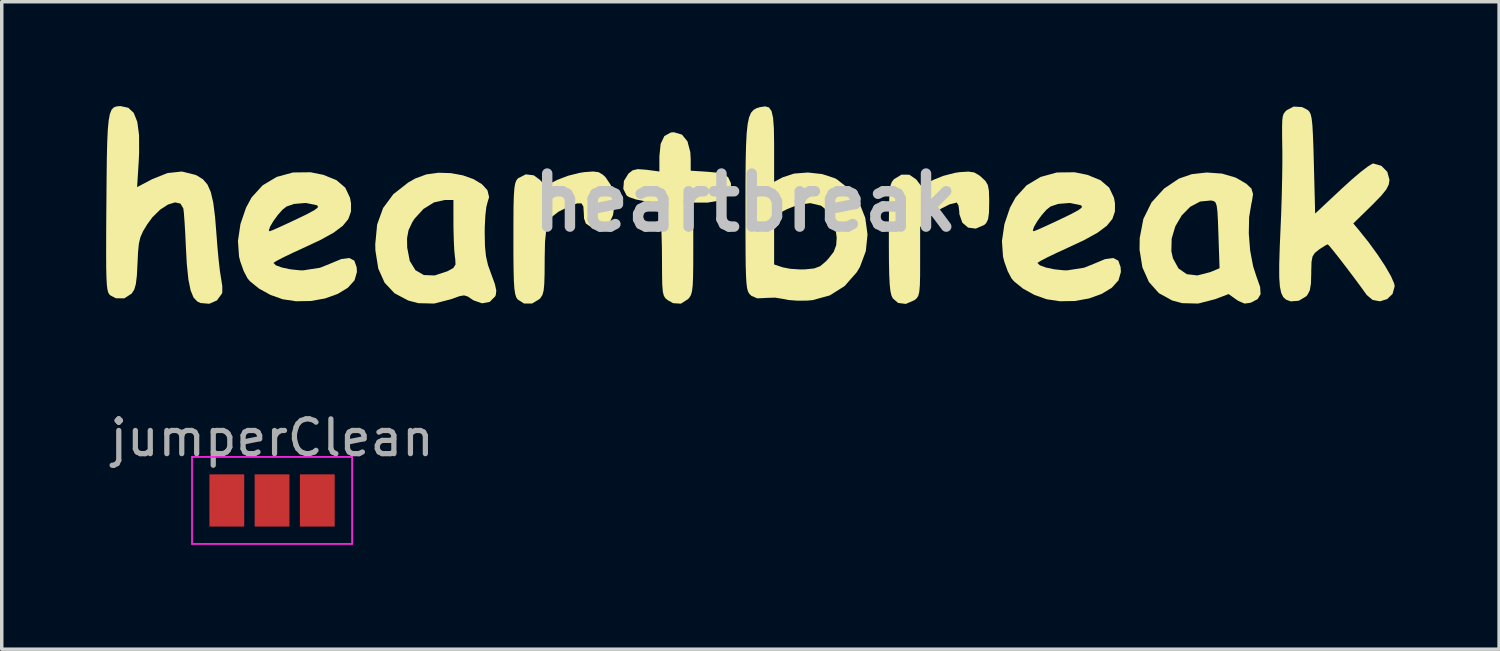
<source format=kicad_pcb>
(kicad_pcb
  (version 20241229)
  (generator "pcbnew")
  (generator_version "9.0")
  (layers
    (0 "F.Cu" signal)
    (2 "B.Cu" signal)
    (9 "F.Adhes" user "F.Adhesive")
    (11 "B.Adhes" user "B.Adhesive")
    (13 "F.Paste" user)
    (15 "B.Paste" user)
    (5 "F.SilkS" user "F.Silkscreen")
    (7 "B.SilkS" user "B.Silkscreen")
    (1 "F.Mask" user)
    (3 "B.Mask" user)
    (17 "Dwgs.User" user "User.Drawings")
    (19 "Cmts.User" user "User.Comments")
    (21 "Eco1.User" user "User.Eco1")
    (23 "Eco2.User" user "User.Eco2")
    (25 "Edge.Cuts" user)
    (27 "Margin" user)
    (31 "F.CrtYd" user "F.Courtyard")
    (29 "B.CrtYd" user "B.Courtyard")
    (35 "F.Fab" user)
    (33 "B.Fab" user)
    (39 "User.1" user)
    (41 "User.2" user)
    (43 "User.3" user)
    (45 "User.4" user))
  (footprint "jumperClean"
    (layer "F.Cu")
    (at 4.768 11.331)
    (property "Reference" "jumperClean" (at 0 -1.8 0) (layer "F.Fab") (effects (font (size 1 1) (thickness 0.15))))
    (attr exclude_from_pos_files exclude_from_bom)
    (fp_line (start -2.3 -1.25) (end -2.3 1.25) (stroke (width 0.05) (type solid)) (layer "F.CrtYd"))
    (fp_line (start -2.3 -1.25) (end 2.3 -1.25) (stroke (width 0.05) (type solid)) (layer "F.CrtYd"))
    (fp_line (start 2.3 1.25) (end -2.3 1.25) (stroke (width 0.05) (type solid)) (layer "F.CrtYd"))
    (fp_line (start 2.3 1.25) (end 2.3 -1.25) (stroke (width 0.05) (type solid)) (layer "F.CrtYd"))
    (pad "1" smd rect (at -1.3 0) (size 1 1.5) (layers "F.Cu" "F.Mask"))
    (pad "2" smd rect (at 0 0) (size 1 1.5) (layers "F.Cu" "F.Mask"))
    (pad "3" smd rect (at 1.3 0) (size 1 1.5) (layers "F.Cu" "F.Mask")))
  (footprint "heartbreak"
    (layer "F.Cu")
    (at 18.371 2.772)
    (property "Reference" "heartbreak" (at 0 0 0) (layer "Dwgs.User") (effects (font (size 1.524 1.524) (thickness 0.3))))
    (attr board_only exclude_from_pos_files exclude_from_bom)
    (fp_poly (pts (xy -1.825 -1.954) (xy -1.666 -1.76) (xy -1.584 -1.449) (xy -1.573 -1.25) (xy -1.573 -0.917) (xy -1.087 -0.886) (xy -0.788 -0.858) (xy -0.602 -0.81) (xy -0.494 -0.723) (xy -0.427 -0.579) (xy -0.416 -0.544) (xy -0.423 -0.343) (xy -0.554 -0.172) (xy -0.783 -0.051) (xy -1.086 -0.000491) (xy -1.12 0) (xy -1.499 0) (xy -1.499 1.311) (xy -1.5 1.788) (xy -1.505 2.137) (xy -1.516 2.384) (xy -1.536 2.549) (xy -1.567 2.658) (xy -1.612 2.732) (xy -1.648 2.772) (xy -1.855 2.904) (xy -2.077 2.89) (xy -2.231 2.805) (xy -2.299 2.75) (xy -2.345 2.677) (xy -2.374 2.559) (xy -2.39 2.37) (xy -2.396 2.084) (xy -2.398 1.692) (xy -2.401 1.285) (xy -2.411 0.9) (xy -2.426 0.579) (xy -2.443 0.362) (xy -2.445 0.352) (xy -2.492 0.008) (xy -2.898 -0.042) (xy -3.147 -0.09) (xy -3.343 -0.158) (xy -3.413 -0.202) (xy -3.51 -0.394) (xy -3.492 -0.623) (xy -3.363 -0.833) (xy -3.241 -0.928) (xy -3.095 -0.962) (xy -2.869 -0.946) (xy -2.839 -0.943) (xy -2.473 -0.894) (xy -2.473 -1.334) (xy -2.437 -1.687) (xy -2.33 -1.912) (xy -2.147 -2.014) (xy -2.055 -2.022)) (stroke (width 0) (type solid)) (fill yes) (layer "F.SilkS"))
    (fp_poly (pts (xy -4.217 -0.873) (xy -4.095 -0.8) (xy -4.021 -0.731) (xy -3.87 -0.505) (xy -3.785 -0.223) (xy -3.765 0.078) (xy -3.806 0.36) (xy -3.908 0.584) (xy -4.068 0.713) (xy -4.095 0.721) (xy -4.31 0.727) (xy -4.464 0.685) (xy -4.586 0.6) (xy -4.638 0.457) (xy -4.645 0.301) (xy -4.658 0.111) (xy -4.714 0.021) (xy -4.841 0.024) (xy -5.065 0.109) (xy -5.138 0.142) (xy -5.376 0.264) (xy -5.546 0.397) (xy -5.659 0.568) (xy -5.727 0.804) (xy -5.76 1.132) (xy -5.769 1.578) (xy -5.769 1.658) (xy -5.772 2.062) (xy -5.781 2.343) (xy -5.8 2.531) (xy -5.834 2.653) (xy -5.887 2.737) (xy -5.919 2.772) (xy -6.132 2.9) (xy -6.359 2.901) (xy -6.544 2.785) (xy -6.586 2.722) (xy -6.617 2.624) (xy -6.64 2.471) (xy -6.655 2.244) (xy -6.663 1.923) (xy -6.668 1.488) (xy -6.668 1.036) (xy -6.667 0.5) (xy -6.664 0.094) (xy -6.655 -0.202) (xy -6.64 -0.409) (xy -6.618 -0.545) (xy -6.586 -0.632) (xy -6.544 -0.689) (xy -6.531 -0.7) (xy -6.312 -0.812) (xy -6.082 -0.784) (xy -5.905 -0.653) (xy -5.752 -0.481) (xy -5.397 -0.657) (xy -5.102 -0.77) (xy -4.765 -0.855) (xy -4.625 -0.876) (xy -4.375 -0.894)) (stroke (width 0) (type solid)) (fill yes) (layer "F.SilkS"))
    (fp_poly (pts (xy 6.573 -0.867) (xy 6.713 -0.786) (xy 6.784 -0.728) (xy 6.9 -0.617) (xy 6.966 -0.503) (xy 6.996 -0.342) (xy 7.005 -0.087) (xy 7.005 -0.001) (xy 6.998 0.295) (xy 6.972 0.479) (xy 6.917 0.59) (xy 6.86 0.643) (xy 6.619 0.747) (xy 6.399 0.719) (xy 6.232 0.576) (xy 6.148 0.334) (xy 6.144 0.257) (xy 6.124 0.086) (xy 6.076 0.002) (xy 6.067 0) (xy 5.866 0.05) (xy 5.615 0.178) (xy 5.368 0.356) (xy 5.264 0.453) (xy 5.02 0.703) (xy 5.02 1.696) (xy 5.019 2.1) (xy 5.012 2.381) (xy 4.995 2.566) (xy 4.966 2.681) (xy 4.918 2.753) (xy 4.854 2.805) (xy 4.609 2.911) (xy 4.388 2.884) (xy 4.238 2.756) (xy 4.197 2.675) (xy 4.167 2.549) (xy 4.146 2.36) (xy 4.132 2.086) (xy 4.124 1.709) (xy 4.121 1.208) (xy 4.121 1.032) (xy 4.122 0.509) (xy 4.126 0.114) (xy 4.134 -0.172) (xy 4.149 -0.372) (xy 4.172 -0.505) (xy 4.206 -0.592) (xy 4.252 -0.655) (xy 4.271 -0.674) (xy 4.486 -0.804) (xy 4.711 -0.801) (xy 4.906 -0.667) (xy 4.92 -0.649) (xy 5.053 -0.474) (xy 5.398 -0.653) (xy 5.688 -0.769) (xy 6.02 -0.855) (xy 6.154 -0.875) (xy 6.407 -0.891)) (stroke (width 0) (type solid)) (fill yes) (layer "F.SilkS"))
    (fp_poly (pts (xy 13.692 -0.834) (xy 14.072 -0.724) (xy 14.129 -0.696) (xy 14.394 -0.541) (xy 14.54 -0.402) (xy 14.586 -0.243) (xy 14.553 -0.028) (xy 14.538 0.031) (xy 14.474 0.419) (xy 14.464 0.887) (xy 14.503 1.377) (xy 14.589 1.831) (xy 14.683 2.121) (xy 14.79 2.424) (xy 14.803 2.633) (xy 14.717 2.774) (xy 14.526 2.874) (xy 14.518 2.877) (xy 14.345 2.902) (xy 14.167 2.827) (xy 14.106 2.787) (xy 13.884 2.628) (xy 13.497 2.775) (xy 13.01 2.901) (xy 12.552 2.89) (xy 12.261 2.812) (xy 11.88 2.602) (xy 11.594 2.281) (xy 11.407 1.862) (xy 11.332 1.398) (xy 12.239 1.398) (xy 12.285 1.602) (xy 12.443 1.891) (xy 12.68 2.056) (xy 12.987 2.093) (xy 13.355 1.998) (xy 13.371 1.992) (xy 13.624 1.886) (xy 13.592 0.924) (xy 13.578 0.53) (xy 13.563 0.261) (xy 13.542 0.092) (xy 13.51 -0.001) (xy 13.461 -0.043) (xy 13.39 -0.059) (xy 13.376 -0.061) (xy 13.066 -0.031) (xy 12.78 0.121) (xy 12.537 0.368) (xy 12.353 0.681) (xy 12.248 1.034) (xy 12.239 1.398) (xy 11.332 1.398) (xy 11.325 1.356) (xy 11.329 1.021) (xy 11.434 0.47) (xy 11.67 -0.007) (xy 12.032 -0.405) (xy 12.458 -0.69) (xy 12.825 -0.817) (xy 13.257 -0.865)) (stroke (width 0) (type solid)) (fill yes) (layer "F.SilkS"))
    (fp_poly (pts (xy -8.463 -0.847) (xy -8.12 -0.783) (xy -7.815 -0.675) (xy -7.572 -0.529) (xy -7.414 -0.355) (xy -7.366 -0.159) (xy -7.41 -0.014) (xy -7.446 0.126) (xy -7.474 0.374) (xy -7.49 0.687) (xy -7.493 0.863) (xy -7.485 1.248) (xy -7.456 1.54) (xy -7.398 1.795) (xy -7.301 2.064) (xy -7.199 2.345) (xy -7.159 2.53) (xy -7.175 2.659) (xy -7.191 2.694) (xy -7.35 2.854) (xy -7.569 2.894) (xy -7.811 2.81) (xy -7.853 2.783) (xy -7.982 2.697) (xy -8.087 2.666) (xy -8.221 2.69) (xy -8.437 2.768) (xy -8.456 2.775) (xy -8.944 2.901) (xy -9.403 2.89) (xy -9.691 2.813) (xy -10.083 2.606) (xy -10.369 2.302) (xy -10.551 1.895) (xy -10.633 1.38) (xy -10.638 1.195) (xy -10.621 1.023) (xy -9.724 1.023) (xy -9.72 1.291) (xy -9.646 1.676) (xy -9.483 1.942) (xy -9.241 2.082) (xy -8.929 2.093) (xy -8.564 1.973) (xy -8.394 1.879) (xy -8.331 1.779) (xy -8.34 1.613) (xy -8.346 1.58) (xy -8.366 1.382) (xy -8.381 1.088) (xy -8.39 0.748) (xy -8.391 0.618) (xy -8.392 -0.075) (xy -8.643 -0.075) (xy -8.95 -0.006) (xy -9.252 0.182) (xy -9.51 0.464) (xy -9.574 0.564) (xy -9.681 0.791) (xy -9.724 1.023) (xy -10.621 1.023) (xy -10.584 0.631) (xy -10.413 0.157) (xy -10.118 -0.242) (xy -9.691 -0.577) (xy -9.487 -0.693) (xy -9.171 -0.81) (xy -8.822 -0.858)) (stroke (width 0) (type solid)) (fill yes) (layer "F.SilkS"))
    (fp_poly (pts (xy -12.129 -0.798) (xy -11.75 -0.643) (xy -11.5 -0.429) (xy -11.363 -0.14) (xy -11.334 0.021) (xy -11.336 0.259) (xy -11.41 0.47) (xy -11.57 0.666) (xy -11.831 0.862) (xy -12.208 1.071) (xy -12.664 1.285) (xy -12.997 1.438) (xy -13.274 1.571) (xy -13.47 1.673) (xy -13.559 1.73) (xy -13.561 1.735) (xy -13.494 1.802) (xy -13.318 1.866) (xy -13.075 1.917) (xy -12.807 1.945) (xy -12.708 1.947) (xy -12.225 1.872) (xy -11.951 1.762) (xy -11.618 1.624) (xy -11.385 1.592) (xy -11.24 1.667) (xy -11.172 1.855) (xy -11.164 1.994) (xy -11.234 2.235) (xy -11.427 2.448) (xy -11.717 2.624) (xy -12.079 2.754) (xy -12.486 2.827) (xy -12.912 2.835) (xy -13.299 2.777) (xy -13.646 2.654) (xy -13.975 2.473) (xy -14.233 2.265) (xy -14.308 2.177) (xy -14.417 1.97) (xy -14.515 1.696) (xy -14.552 1.549) (xy -14.583 1.104) (xy -14.538 0.797) (xy -13.696 0.797) (xy -13.674 0.824) (xy -13.594 0.794) (xy -13.408 0.713) (xy -13.147 0.593) (xy -12.905 0.479) (xy -12.584 0.324) (xy -12.385 0.216) (xy -12.292 0.144) (xy -12.287 0.096) (xy -12.325 0.073) (xy -12.633 0.01) (xy -12.972 0.038) (xy -13.19 0.114) (xy -13.305 0.206) (xy -13.438 0.356) (xy -13.564 0.529) (xy -13.658 0.688) (xy -13.696 0.797) (xy -14.538 0.797) (xy -14.512 0.618) (xy -14.351 0.146) (xy -14.19 -0.15) (xy -13.874 -0.497) (xy -13.47 -0.738) (xy -13.003 -0.866) (xy -12.498 -0.872)) (stroke (width 0) (type solid)) (fill yes) (layer "F.SilkS"))
    (fp_poly (pts (xy 9.824 -0.798) (xy 10.203 -0.643) (xy 10.453 -0.429) (xy 10.59 -0.14) (xy 10.619 0.021) (xy 10.617 0.259) (xy 10.544 0.47) (xy 10.384 0.666) (xy 10.123 0.862) (xy 9.745 1.071) (xy 9.29 1.285) (xy 8.957 1.438) (xy 8.679 1.571) (xy 8.484 1.673) (xy 8.395 1.73) (xy 8.392 1.735) (xy 8.46 1.802) (xy 8.635 1.866) (xy 8.878 1.917) (xy 9.147 1.945) (xy 9.246 1.947) (xy 9.729 1.872) (xy 10.003 1.762) (xy 10.335 1.624) (xy 10.568 1.592) (xy 10.714 1.667) (xy 10.781 1.855) (xy 10.789 1.994) (xy 10.719 2.235) (xy 10.526 2.448) (xy 10.236 2.624) (xy 9.875 2.754) (xy 9.468 2.827) (xy 9.041 2.835) (xy 8.654 2.777) (xy 8.307 2.654) (xy 7.978 2.473) (xy 7.72 2.265) (xy 7.645 2.177) (xy 7.536 1.97) (xy 7.438 1.696) (xy 7.401 1.549) (xy 7.371 1.104) (xy 7.416 0.797) (xy 8.258 0.797) (xy 8.279 0.824) (xy 8.359 0.794) (xy 8.545 0.713) (xy 8.807 0.593) (xy 9.049 0.479) (xy 9.369 0.324) (xy 9.568 0.216) (xy 9.662 0.144) (xy 9.666 0.096) (xy 9.628 0.073) (xy 9.32 0.01) (xy 8.982 0.038) (xy 8.763 0.114) (xy 8.649 0.206) (xy 8.516 0.356) (xy 8.39 0.529) (xy 8.296 0.688) (xy 8.258 0.797) (xy 7.416 0.797) (xy 7.442 0.618) (xy 7.602 0.146) (xy 7.764 -0.15) (xy 8.079 -0.497) (xy 8.483 -0.738) (xy 8.95 -0.866) (xy 9.456 -0.872)) (stroke (width 0) (type solid)) (fill yes) (layer "F.SilkS"))
    (fp_poly (pts (xy 0.675 -2.735) (xy 0.749 -2.632) (xy 0.794 -2.439) (xy 0.817 -2.138) (xy 0.824 -1.709) (xy 0.824 -1.6) (xy 0.824 -0.596) (xy 1.068 -0.726) (xy 1.397 -0.834) (xy 1.795 -0.865) (xy 2.204 -0.82) (xy 2.565 -0.702) (xy 2.619 -0.674) (xy 2.992 -0.384) (xy 3.268 -0.004) (xy 3.443 0.439) (xy 3.508 0.915) (xy 3.459 1.395) (xy 3.289 1.851) (xy 3.199 2) (xy 2.85 2.398) (xy 2.426 2.666) (xy 1.932 2.802) (xy 1.784 2.816) (xy 1.492 2.819) (xy 1.228 2.798) (xy 1.086 2.769) (xy 0.856 2.731) (xy 0.598 2.738) (xy 0.576 2.741) (xy 0.339 2.751) (xy 0.174 2.68) (xy 0.145 2.656) (xy 0.105 2.612) (xy 0.073 2.553) (xy 0.048 2.461) (xy 0.03 2.32) (xy 0.017 2.114) (xy 0.008 1.828) (xy 0.007 1.777) (xy 0.824 1.777) (xy 1.068 1.859) (xy 1.287 1.902) (xy 1.571 1.921) (xy 1.717 1.918) (xy 1.974 1.892) (xy 2.148 1.827) (xy 2.308 1.692) (xy 2.373 1.624) (xy 2.535 1.418) (xy 2.608 1.223) (xy 2.622 1.009) (xy 2.568 0.593) (xy 2.415 0.284) (xy 2.175 0.089) (xy 1.861 0.015) (xy 1.486 0.07) (xy 1.196 0.189) (xy 0.824 0.377) (xy 0.824 1.777) (xy 0.007 1.777) (xy 0.003 1.444) (xy 0.001 0.947) (xy 0.00002 0.32) (xy 0 0.135) (xy 0.001 -0.585) (xy 0.006 -1.17) (xy 0.017 -1.634) (xy 0.035 -1.993) (xy 0.064 -2.26) (xy 0.105 -2.451) (xy 0.16 -2.581) (xy 0.232 -2.663) (xy 0.322 -2.714) (xy 0.414 -2.742) (xy 0.566 -2.765)) (stroke (width 0) (type solid)) (fill yes) (layer "F.SilkS"))
    (fp_poly (pts (xy 15.992 -2.746) (xy 16.151 -2.666) (xy 16.202 -2.618) (xy 16.241 -2.544) (xy 16.269 -2.422) (xy 16.291 -2.233) (xy 16.307 -1.954) (xy 16.322 -1.565) (xy 16.334 -1.122) (xy 16.371 0.315) (xy 17.138 -0.404) (xy 17.426 -0.665) (xy 17.684 -0.884) (xy 17.89 -1.041) (xy 18.019 -1.119) (xy 18.04 -1.124) (xy 18.274 -1.057) (xy 18.444 -0.884) (xy 18.507 -0.654) (xy 18.487 -0.521) (xy 18.416 -0.379) (xy 18.273 -0.202) (xy 18.039 0.04) (xy 17.987 0.091) (xy 17.467 0.599) (xy 17.64 0.805) (xy 17.916 1.151) (xy 18.171 1.503) (xy 18.388 1.833) (xy 18.551 2.117) (xy 18.642 2.327) (xy 18.657 2.401) (xy 18.595 2.624) (xy 18.44 2.773) (xy 18.234 2.836) (xy 18.022 2.797) (xy 17.855 2.657) (xy 17.677 2.411) (xy 17.472 2.134) (xy 17.26 1.854) (xy 17.06 1.594) (xy 16.891 1.381) (xy 16.775 1.241) (xy 16.731 1.199) (xy 16.652 1.238) (xy 16.504 1.334) (xy 16.477 1.354) (xy 16.361 1.447) (xy 16.296 1.548) (xy 16.267 1.702) (xy 16.259 1.952) (xy 16.259 2.028) (xy 16.25 2.329) (xy 16.217 2.522) (xy 16.15 2.652) (xy 16.109 2.697) (xy 15.901 2.82) (xy 15.668 2.838) (xy 15.533 2.788) (xy 15.453 2.714) (xy 15.396 2.596) (xy 15.358 2.415) (xy 15.339 2.154) (xy 15.338 1.792) (xy 15.352 1.313) (xy 15.37 0.896) (xy 15.393 0.365) (xy 15.411 -0.189) (xy 15.423 -0.72) (xy 15.429 -1.182) (xy 15.428 -1.461) (xy 15.422 -1.877) (xy 15.421 -2.168) (xy 15.426 -2.361) (xy 15.441 -2.482) (xy 15.468 -2.557) (xy 15.509 -2.611) (xy 15.553 -2.655) (xy 15.753 -2.759)) (stroke (width 0) (type solid)) (fill yes) (layer "F.SilkS"))
    (fp_poly (pts (xy -17.734 -2.725) (xy -17.578 -2.578) (xy -17.476 -2.32) (xy -17.425 -1.942) (xy -17.423 -1.435) (xy -17.435 -1.178) (xy -17.481 -0.446) (xy -17.05 -0.672) (xy -16.603 -0.851) (xy -16.196 -0.893) (xy -15.809 -0.798) (xy -15.755 -0.774) (xy -15.588 -0.669) (xy -15.459 -0.519) (xy -15.364 -0.304) (xy -15.293 -0.001) (xy -15.241 0.412) (xy -15.204 0.872) (xy -15.173 1.274) (xy -15.138 1.651) (xy -15.102 1.962) (xy -15.07 2.167) (xy -15.068 2.177) (xy -15.033 2.402) (xy -15.034 2.579) (xy -15.043 2.613) (xy -15.187 2.811) (xy -15.407 2.907) (xy -15.656 2.886) (xy -15.75 2.843) (xy -15.859 2.729) (xy -15.944 2.521) (xy -16.008 2.205) (xy -16.053 1.765) (xy -16.08 1.274) (xy -16.097 0.899) (xy -16.117 0.567) (xy -16.136 0.312) (xy -16.152 0.17) (xy -16.152 0.169) (xy -16.236 0.028) (xy -16.39 -0.006) (xy -16.592 0.055) (xy -16.816 0.2) (xy -17.04 0.42) (xy -17.191 0.625) (xy -17.31 0.822) (xy -17.386 0.993) (xy -17.431 1.183) (xy -17.455 1.44) (xy -17.469 1.737) (xy -17.488 2.098) (xy -17.518 2.343) (xy -17.565 2.503) (xy -17.636 2.612) (xy -17.638 2.615) (xy -17.849 2.751) (xy -18.089 2.749) (xy -18.243 2.67) (xy -18.281 2.636) (xy -18.311 2.583) (xy -18.334 2.496) (xy -18.351 2.359) (xy -18.362 2.158) (xy -18.369 1.877) (xy -18.371 1.5) (xy -18.37 1.013) (xy -18.367 0.398) (xy -18.364 0.029) (xy -18.358 -0.692) (xy -18.351 -1.278) (xy -18.34 -1.741) (xy -18.323 -2.098) (xy -18.298 -2.361) (xy -18.264 -2.545) (xy -18.217 -2.664) (xy -18.157 -2.732) (xy -18.08 -2.763) (xy -17.985 -2.772) (xy -17.948 -2.772)) (stroke (width 0) (type solid)) (fill yes) (layer "F.SilkS")))
  (gr_rect
    (start -3 -3)
    (end 40.028 15.606)
    (stroke (width 0.1) (type default))
    (fill no)
    (layer "Edge.Cuts")))
</source>
